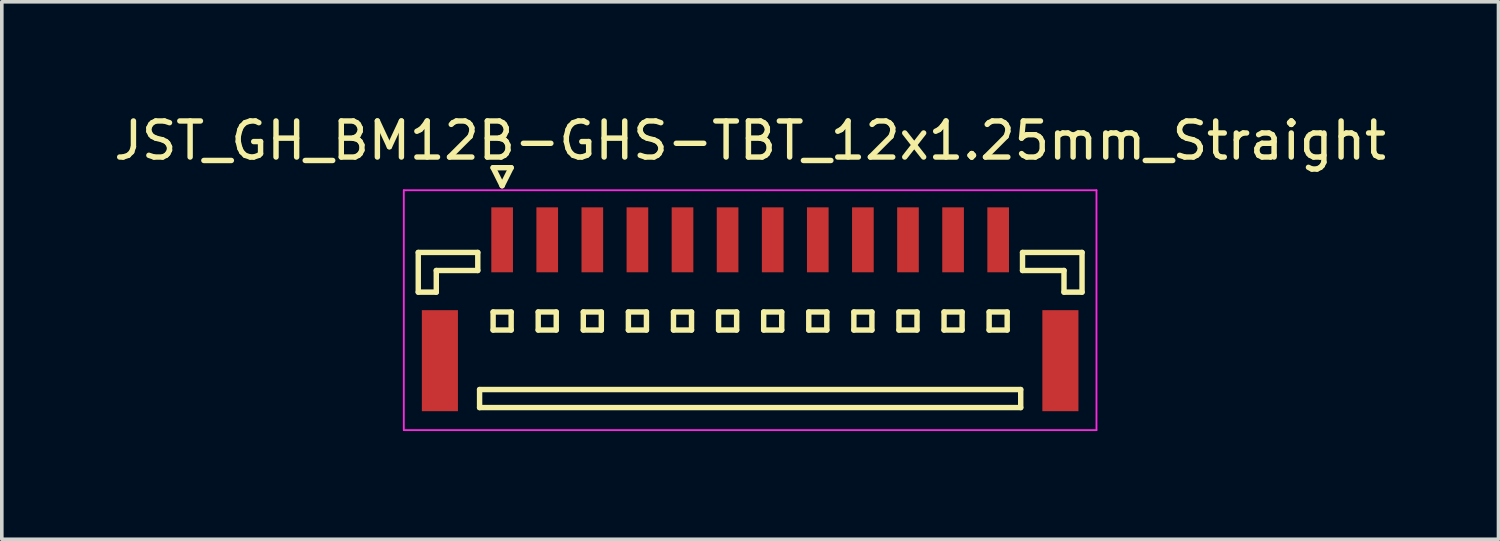
<source format=kicad_pcb>
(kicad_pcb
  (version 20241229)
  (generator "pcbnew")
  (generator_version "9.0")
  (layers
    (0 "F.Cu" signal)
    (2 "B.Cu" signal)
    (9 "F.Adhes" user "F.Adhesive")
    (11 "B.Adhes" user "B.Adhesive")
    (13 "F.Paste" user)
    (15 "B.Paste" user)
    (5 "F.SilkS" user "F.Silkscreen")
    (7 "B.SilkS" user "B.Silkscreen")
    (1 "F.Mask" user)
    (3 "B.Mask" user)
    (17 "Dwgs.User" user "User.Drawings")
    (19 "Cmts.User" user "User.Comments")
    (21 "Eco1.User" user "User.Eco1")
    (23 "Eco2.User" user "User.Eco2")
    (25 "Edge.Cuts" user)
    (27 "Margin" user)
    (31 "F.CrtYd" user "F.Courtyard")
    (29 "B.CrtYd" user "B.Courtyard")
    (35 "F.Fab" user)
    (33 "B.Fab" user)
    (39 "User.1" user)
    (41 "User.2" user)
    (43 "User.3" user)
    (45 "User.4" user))
  (footprint "JST_GH_BM12B-GHS-TBT_12x1.25mm_Straight"
    (layer "F.Cu")
    (at 17.744 5.273)
    (property "Reference" "JST_GH_BM12B-GHS-TBT_12x1.25mm_Straight" (at 0 -4.425 0) (layer "F.SilkS") (effects (font (size 1 1) (thickness 0.15))))
    (attr smd)
    (fp_line (start -9.2 -1.325) (end -7.55 -1.325) (stroke (width 0.15) (type solid)) (layer "F.SilkS"))
    (fp_line (start -9.2 -0.225) (end -9.2 -1.325) (stroke (width 0.15) (type solid)) (layer "F.SilkS"))
    (fp_line (start -8.7 -0.825) (end -8.7 -0.225) (stroke (width 0.15) (type solid)) (layer "F.SilkS"))
    (fp_line (start -8.7 -0.225) (end -9.2 -0.225) (stroke (width 0.15) (type solid)) (layer "F.SilkS"))
    (fp_line (start -7.55 -1.325) (end -7.55 -0.825) (stroke (width 0.15) (type solid)) (layer "F.SilkS"))
    (fp_line (start -7.55 -0.825) (end -8.7 -0.825) (stroke (width 0.15) (type solid)) (layer "F.SilkS"))
    (fp_line (start -7.5 2.475) (end -7.5 2.975) (stroke (width 0.15) (type solid)) (layer "F.SilkS"))
    (fp_line (start -7.5 2.975) (end 7.5 2.975) (stroke (width 0.15) (type solid)) (layer "F.SilkS"))
    (fp_line (start -7.125 -3.675) (end -6.625 -3.675) (stroke (width 0.15) (type solid)) (layer "F.SilkS"))
    (fp_line (start -7.125 0.325) (end -7.125 0.825) (stroke (width 0.15) (type solid)) (layer "F.SilkS"))
    (fp_line (start -7.125 0.825) (end -6.625 0.825) (stroke (width 0.15) (type solid)) (layer "F.SilkS"))
    (fp_line (start -6.875 -3.175) (end -7.125 -3.675) (stroke (width 0.15) (type solid)) (layer "F.SilkS"))
    (fp_line (start -6.625 -3.675) (end -6.875 -3.175) (stroke (width 0.15) (type solid)) (layer "F.SilkS"))
    (fp_line (start -6.625 0.325) (end -7.125 0.325) (stroke (width 0.15) (type solid)) (layer "F.SilkS"))
    (fp_line (start -6.625 0.825) (end -6.625 0.325) (stroke (width 0.15) (type solid)) (layer "F.SilkS"))
    (fp_line (start -5.875 0.325) (end -5.875 0.825) (stroke (width 0.15) (type solid)) (layer "F.SilkS"))
    (fp_line (start -5.875 0.825) (end -5.375 0.825) (stroke (width 0.15) (type solid)) (layer "F.SilkS"))
    (fp_line (start -5.375 0.325) (end -5.875 0.325) (stroke (width 0.15) (type solid)) (layer "F.SilkS"))
    (fp_line (start -5.375 0.825) (end -5.375 0.325) (stroke (width 0.15) (type solid)) (layer "F.SilkS"))
    (fp_line (start -4.625 0.325) (end -4.625 0.825) (stroke (width 0.15) (type solid)) (layer "F.SilkS"))
    (fp_line (start -4.625 0.825) (end -4.125 0.825) (stroke (width 0.15) (type solid)) (layer "F.SilkS"))
    (fp_line (start -4.125 0.325) (end -4.625 0.325) (stroke (width 0.15) (type solid)) (layer "F.SilkS"))
    (fp_line (start -4.125 0.825) (end -4.125 0.325) (stroke (width 0.15) (type solid)) (layer "F.SilkS"))
    (fp_line (start -3.375 0.325) (end -3.375 0.825) (stroke (width 0.15) (type solid)) (layer "F.SilkS"))
    (fp_line (start -3.375 0.825) (end -2.875 0.825) (stroke (width 0.15) (type solid)) (layer "F.SilkS"))
    (fp_line (start -2.875 0.325) (end -3.375 0.325) (stroke (width 0.15) (type solid)) (layer "F.SilkS"))
    (fp_line (start -2.875 0.825) (end -2.875 0.325) (stroke (width 0.15) (type solid)) (layer "F.SilkS"))
    (fp_line (start -2.125 0.325) (end -2.125 0.825) (stroke (width 0.15) (type solid)) (layer "F.SilkS"))
    (fp_line (start -2.125 0.825) (end -1.625 0.825) (stroke (width 0.15) (type solid)) (layer "F.SilkS"))
    (fp_line (start -1.625 0.325) (end -2.125 0.325) (stroke (width 0.15) (type solid)) (layer "F.SilkS"))
    (fp_line (start -1.625 0.825) (end -1.625 0.325) (stroke (width 0.15) (type solid)) (layer "F.SilkS"))
    (fp_line (start -0.875 0.325) (end -0.875 0.825) (stroke (width 0.15) (type solid)) (layer "F.SilkS"))
    (fp_line (start -0.875 0.825) (end -0.375 0.825) (stroke (width 0.15) (type solid)) (layer "F.SilkS"))
    (fp_line (start -0.375 0.325) (end -0.875 0.325) (stroke (width 0.15) (type solid)) (layer "F.SilkS"))
    (fp_line (start -0.375 0.825) (end -0.375 0.325) (stroke (width 0.15) (type solid)) (layer "F.SilkS"))
    (fp_line (start 0.375 0.325) (end 0.375 0.825) (stroke (width 0.15) (type solid)) (layer "F.SilkS"))
    (fp_line (start 0.375 0.825) (end 0.875 0.825) (stroke (width 0.15) (type solid)) (layer "F.SilkS"))
    (fp_line (start 0.875 0.325) (end 0.375 0.325) (stroke (width 0.15) (type solid)) (layer "F.SilkS"))
    (fp_line (start 0.875 0.825) (end 0.875 0.325) (stroke (width 0.15) (type solid)) (layer "F.SilkS"))
    (fp_line (start 1.625 0.325) (end 1.625 0.825) (stroke (width 0.15) (type solid)) (layer "F.SilkS"))
    (fp_line (start 1.625 0.825) (end 2.125 0.825) (stroke (width 0.15) (type solid)) (layer "F.SilkS"))
    (fp_line (start 2.125 0.325) (end 1.625 0.325) (stroke (width 0.15) (type solid)) (layer "F.SilkS"))
    (fp_line (start 2.125 0.825) (end 2.125 0.325) (stroke (width 0.15) (type solid)) (layer "F.SilkS"))
    (fp_line (start 2.875 0.325) (end 2.875 0.825) (stroke (width 0.15) (type solid)) (layer "F.SilkS"))
    (fp_line (start 2.875 0.825) (end 3.375 0.825) (stroke (width 0.15) (type solid)) (layer "F.SilkS"))
    (fp_line (start 3.375 0.325) (end 2.875 0.325) (stroke (width 0.15) (type solid)) (layer "F.SilkS"))
    (fp_line (start 3.375 0.825) (end 3.375 0.325) (stroke (width 0.15) (type solid)) (layer "F.SilkS"))
    (fp_line (start 4.125 0.325) (end 4.125 0.825) (stroke (width 0.15) (type solid)) (layer "F.SilkS"))
    (fp_line (start 4.125 0.825) (end 4.625 0.825) (stroke (width 0.15) (type solid)) (layer "F.SilkS"))
    (fp_line (start 4.625 0.325) (end 4.125 0.325) (stroke (width 0.15) (type solid)) (layer "F.SilkS"))
    (fp_line (start 4.625 0.825) (end 4.625 0.325) (stroke (width 0.15) (type solid)) (layer "F.SilkS"))
    (fp_line (start 5.375 0.325) (end 5.375 0.825) (stroke (width 0.15) (type solid)) (layer "F.SilkS"))
    (fp_line (start 5.375 0.825) (end 5.875 0.825) (stroke (width 0.15) (type solid)) (layer "F.SilkS"))
    (fp_line (start 5.875 0.325) (end 5.375 0.325) (stroke (width 0.15) (type solid)) (layer "F.SilkS"))
    (fp_line (start 5.875 0.825) (end 5.875 0.325) (stroke (width 0.15) (type solid)) (layer "F.SilkS"))
    (fp_line (start 6.625 0.325) (end 6.625 0.825) (stroke (width 0.15) (type solid)) (layer "F.SilkS"))
    (fp_line (start 6.625 0.825) (end 7.125 0.825) (stroke (width 0.15) (type solid)) (layer "F.SilkS"))
    (fp_line (start 7.125 0.325) (end 6.625 0.325) (stroke (width 0.15) (type solid)) (layer "F.SilkS"))
    (fp_line (start 7.125 0.825) (end 7.125 0.325) (stroke (width 0.15) (type solid)) (layer "F.SilkS"))
    (fp_line (start 7.5 2.475) (end -7.5 2.475) (stroke (width 0.15) (type solid)) (layer "F.SilkS"))
    (fp_line (start 7.5 2.975) (end 7.5 2.475) (stroke (width 0.15) (type solid)) (layer "F.SilkS"))
    (fp_line (start 7.55 -1.325) (end 7.55 -0.825) (stroke (width 0.15) (type solid)) (layer "F.SilkS"))
    (fp_line (start 7.55 -0.825) (end 8.7 -0.825) (stroke (width 0.15) (type solid)) (layer "F.SilkS"))
    (fp_line (start 8.7 -0.825) (end 8.7 -0.225) (stroke (width 0.15) (type solid)) (layer "F.SilkS"))
    (fp_line (start 8.7 -0.225) (end 9.2 -0.225) (stroke (width 0.15) (type solid)) (layer "F.SilkS"))
    (fp_line (start 9.2 -1.325) (end 7.55 -1.325) (stroke (width 0.15) (type solid)) (layer "F.SilkS"))
    (fp_line (start 9.2 -0.225) (end 9.2 -1.325) (stroke (width 0.15) (type solid)) (layer "F.SilkS"))
    (fp_line (start -9.6 -3.05) (end -9.6 3.6) (stroke (width 0.05) (type solid)) (layer "F.CrtYd"))
    (fp_line (start -9.6 3.6) (end 9.6 3.6) (stroke (width 0.05) (type solid)) (layer "F.CrtYd"))
    (fp_line (start 9.6 -3.05) (end -9.6 -3.05) (stroke (width 0.05) (type solid)) (layer "F.CrtYd"))
    (fp_line (start 9.6 3.6) (end 9.6 -3.05) (stroke (width 0.05) (type solid)) (layer "F.CrtYd"))
    (pad "" smd rect (at -8.6 1.675) (size 1 2.8) (layers "F.Cu" "F.Mask" "F.Paste"))
    (pad "" smd rect (at 8.6 1.675) (size 1 2.8) (layers "F.Cu" "F.Mask" "F.Paste"))
    (pad "1" smd rect (at -6.875 -1.675) (size 0.6 1.8) (layers "F.Cu" "F.Mask" "F.Paste"))
    (pad "2" smd rect (at -5.625 -1.675) (size 0.6 1.8) (layers "F.Cu" "F.Mask" "F.Paste"))
    (pad "3" smd rect (at -4.375 -1.675) (size 0.6 1.8) (layers "F.Cu" "F.Mask" "F.Paste"))
    (pad "4" smd rect (at -3.125 -1.675) (size 0.6 1.8) (layers "F.Cu" "F.Mask" "F.Paste"))
    (pad "5" smd rect (at -1.875 -1.675) (size 0.6 1.8) (layers "F.Cu" "F.Mask" "F.Paste"))
    (pad "6" smd rect (at -0.625 -1.675) (size 0.6 1.8) (layers "F.Cu" "F.Mask" "F.Paste"))
    (pad "7" smd rect (at 0.625 -1.675) (size 0.6 1.8) (layers "F.Cu" "F.Mask" "F.Paste"))
    (pad "8" smd rect (at 1.875 -1.675) (size 0.6 1.8) (layers "F.Cu" "F.Mask" "F.Paste"))
    (pad "9" smd rect (at 3.125 -1.675) (size 0.6 1.8) (layers "F.Cu" "F.Mask" "F.Paste"))
    (pad "10" smd rect (at 4.375 -1.675) (size 0.6 1.8) (layers "F.Cu" "F.Mask" "F.Paste"))
    (pad "11" smd rect (at 5.625 -1.675) (size 0.6 1.8) (layers "F.Cu" "F.Mask" "F.Paste"))
    (pad "12" smd rect (at 6.875 -1.675) (size 0.6 1.8) (layers "F.Cu" "F.Mask" "F.Paste")))
  (gr_rect
    (start -3 -3)
    (end 38.488 11.898)
    (stroke (width 0.1) (type default))
    (fill no)
    (layer "Edge.Cuts")))
</source>
